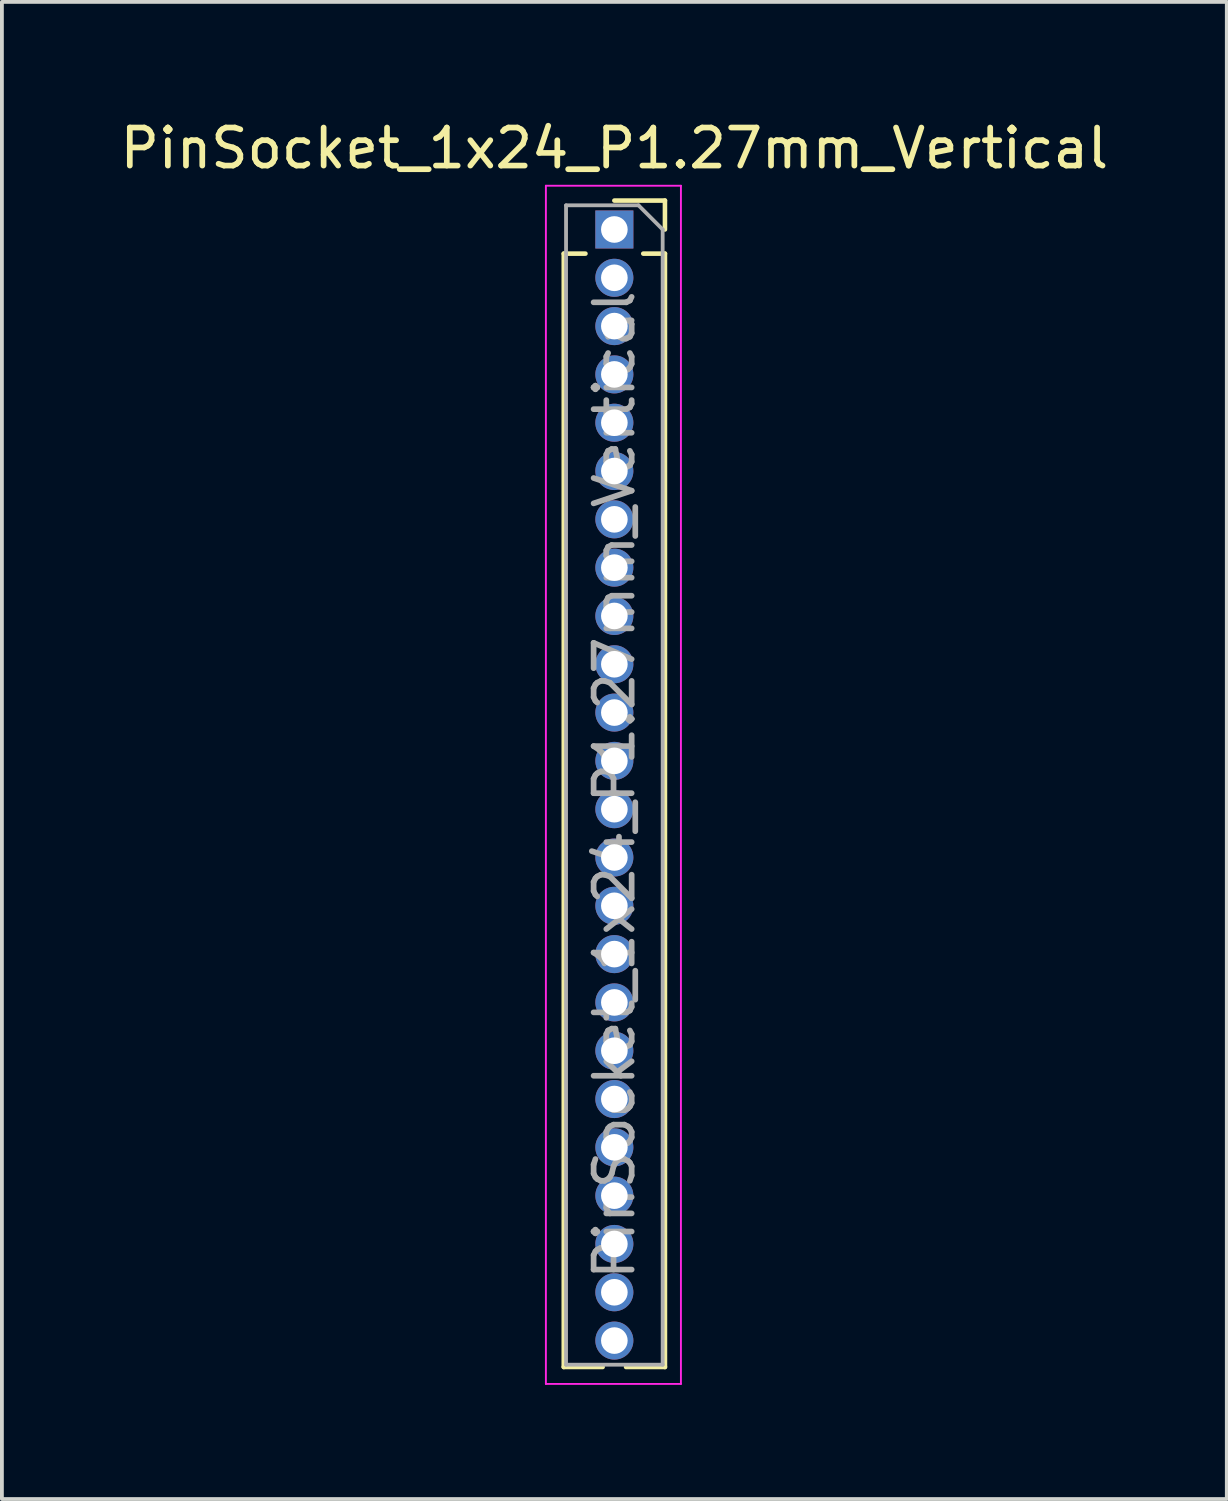
<source format=kicad_pcb>
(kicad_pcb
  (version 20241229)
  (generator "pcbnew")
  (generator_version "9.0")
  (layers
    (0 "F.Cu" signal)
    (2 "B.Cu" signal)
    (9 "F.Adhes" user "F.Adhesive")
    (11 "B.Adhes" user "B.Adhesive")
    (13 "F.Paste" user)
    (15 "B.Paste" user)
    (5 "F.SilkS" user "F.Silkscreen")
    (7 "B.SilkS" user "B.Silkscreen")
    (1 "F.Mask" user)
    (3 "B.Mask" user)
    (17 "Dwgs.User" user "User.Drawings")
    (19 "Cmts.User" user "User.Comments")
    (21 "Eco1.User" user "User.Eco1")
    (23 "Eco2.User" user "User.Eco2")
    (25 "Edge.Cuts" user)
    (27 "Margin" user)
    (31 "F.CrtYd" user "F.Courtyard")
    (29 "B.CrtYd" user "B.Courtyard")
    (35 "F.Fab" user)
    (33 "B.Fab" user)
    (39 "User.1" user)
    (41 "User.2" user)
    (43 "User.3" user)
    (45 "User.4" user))
  (footprint "PinSocket_1x24_P1.27mm_Vertical"
    (layer "F.Cu")
    (at 13.101 2.983)
    (property "Reference" "PinSocket_1x24_P1.27mm_Vertical" (at 0 -2.135 0) (layer "F.SilkS") (effects (font (size 1 1) (thickness 0.15))))
    (attr through_hole)
    (fp_line (start -1.33 0.635) (end -1.33 29.905) (stroke (width 0.12) (type solid)) (layer "F.SilkS"))
    (fp_line (start -1.33 0.635) (end -0.76 0.635) (stroke (width 0.12) (type solid)) (layer "F.SilkS"))
    (fp_line (start -1.33 29.905) (end -0.308 29.905) (stroke (width 0.12) (type solid)) (layer "F.SilkS"))
    (fp_line (start 0 -0.76) (end 1.33 -0.76) (stroke (width 0.12) (type solid)) (layer "F.SilkS"))
    (fp_line (start 0.308 29.905) (end 1.33 29.905) (stroke (width 0.12) (type solid)) (layer "F.SilkS"))
    (fp_line (start 0.76 0.635) (end 1.33 0.635) (stroke (width 0.12) (type solid)) (layer "F.SilkS"))
    (fp_line (start 1.33 -0.76) (end 1.33 0) (stroke (width 0.12) (type solid)) (layer "F.SilkS"))
    (fp_line (start 1.33 0.635) (end 1.33 29.905) (stroke (width 0.12) (type solid)) (layer "F.SilkS"))
    (fp_line (start -1.8 -1.15) (end 1.75 -1.15) (stroke (width 0.05) (type solid)) (layer "F.CrtYd"))
    (fp_line (start -1.8 30.35) (end -1.8 -1.15) (stroke (width 0.05) (type solid)) (layer "F.CrtYd"))
    (fp_line (start 1.75 -1.15) (end 1.75 30.35) (stroke (width 0.05) (type solid)) (layer "F.CrtYd"))
    (fp_line (start 1.75 30.35) (end -1.8 30.35) (stroke (width 0.05) (type solid)) (layer "F.CrtYd"))
    (fp_line (start -1.27 -0.635) (end 0.635 -0.635) (stroke (width 0.1) (type solid)) (layer "F.Fab"))
    (fp_line (start -1.27 29.845) (end -1.27 -0.635) (stroke (width 0.1) (type solid)) (layer "F.Fab"))
    (fp_line (start 0.635 -0.635) (end 1.27 0) (stroke (width 0.1) (type solid)) (layer "F.Fab"))
    (fp_line (start 1.27 0) (end 1.27 29.845) (stroke (width 0.1) (type solid)) (layer "F.Fab"))
    (fp_line (start 1.27 29.845) (end -1.27 29.845) (stroke (width 0.1) (type solid)) (layer "F.Fab"))
    (fp_text user "${REFERENCE}" (at 0 14.605 90) (layer "F.Fab") (effects (font (size 1 1) (thickness 0.15))))
    (pad "1" thru_hole rect (at 0 0) (size 1 1) (drill 0.7) (layers "*.Cu" "*.Mask"))
    (pad "2" thru_hole oval (at 0 1.27) (size 1 1) (drill 0.7) (layers "*.Cu" "*.Mask"))
    (pad "3" thru_hole oval (at 0 2.54) (size 1 1) (drill 0.7) (layers "*.Cu" "*.Mask"))
    (pad "4" thru_hole oval (at 0 3.81) (size 1 1) (drill 0.7) (layers "*.Cu" "*.Mask"))
    (pad "5" thru_hole oval (at 0 5.08) (size 1 1) (drill 0.7) (layers "*.Cu" "*.Mask"))
    (pad "6" thru_hole oval (at 0 6.35) (size 1 1) (drill 0.7) (layers "*.Cu" "*.Mask"))
    (pad "7" thru_hole oval (at 0 7.62) (size 1 1) (drill 0.7) (layers "*.Cu" "*.Mask"))
    (pad "8" thru_hole oval (at 0 8.89) (size 1 1) (drill 0.7) (layers "*.Cu" "*.Mask"))
    (pad "9" thru_hole oval (at 0 10.16) (size 1 1) (drill 0.7) (layers "*.Cu" "*.Mask"))
    (pad "10" thru_hole oval (at 0 11.43) (size 1 1) (drill 0.7) (layers "*.Cu" "*.Mask"))
    (pad "11" thru_hole oval (at 0 12.7) (size 1 1) (drill 0.7) (layers "*.Cu" "*.Mask"))
    (pad "12" thru_hole oval (at 0 13.97) (size 1 1) (drill 0.7) (layers "*.Cu" "*.Mask"))
    (pad "13" thru_hole oval (at 0 15.24) (size 1 1) (drill 0.7) (layers "*.Cu" "*.Mask"))
    (pad "14" thru_hole oval (at 0 16.51) (size 1 1) (drill 0.7) (layers "*.Cu" "*.Mask"))
    (pad "15" thru_hole oval (at 0 17.78) (size 1 1) (drill 0.7) (layers "*.Cu" "*.Mask"))
    (pad "16" thru_hole oval (at 0 19.05) (size 1 1) (drill 0.7) (layers "*.Cu" "*.Mask"))
    (pad "17" thru_hole oval (at 0 20.32) (size 1 1) (drill 0.7) (layers "*.Cu" "*.Mask"))
    (pad "18" thru_hole oval (at 0 21.59) (size 1 1) (drill 0.7) (layers "*.Cu" "*.Mask"))
    (pad "19" thru_hole oval (at 0 22.86) (size 1 1) (drill 0.7) (layers "*.Cu" "*.Mask"))
    (pad "20" thru_hole oval (at 0 24.13) (size 1 1) (drill 0.7) (layers "*.Cu" "*.Mask"))
    (pad "21" thru_hole oval (at 0 25.4) (size 1 1) (drill 0.7) (layers "*.Cu" "*.Mask"))
    (pad "22" thru_hole oval (at 0 26.67) (size 1 1) (drill 0.7) (layers "*.Cu" "*.Mask"))
    (pad "23" thru_hole oval (at 0 27.94) (size 1 1) (drill 0.7) (layers "*.Cu" "*.Mask"))
    (pad "24" thru_hole oval (at 0 29.21) (size 1 1) (drill 0.7) (layers "*.Cu" "*.Mask")))
  (gr_rect
    (start -3 -3)
    (end 29.202 36.358)
    (stroke (width 0.1) (type default))
    (fill no)
    (layer "Edge.Cuts")))
</source>
